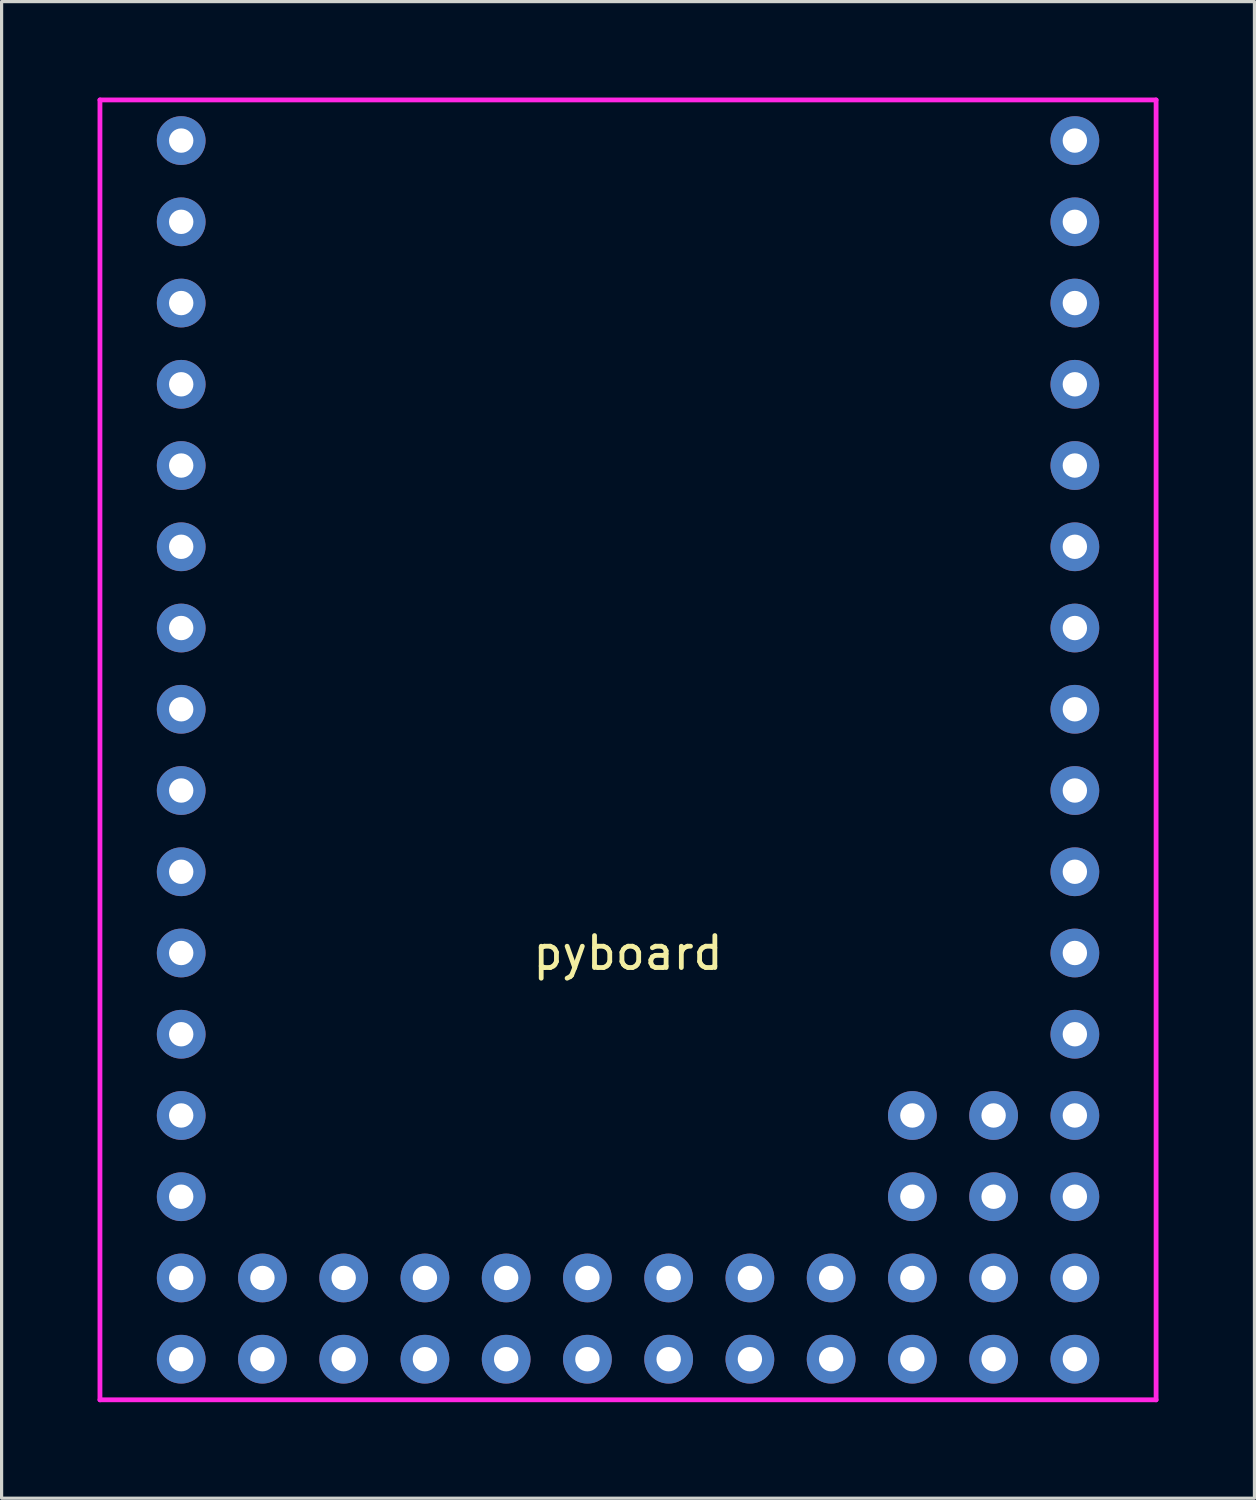
<source format=kicad_pcb>
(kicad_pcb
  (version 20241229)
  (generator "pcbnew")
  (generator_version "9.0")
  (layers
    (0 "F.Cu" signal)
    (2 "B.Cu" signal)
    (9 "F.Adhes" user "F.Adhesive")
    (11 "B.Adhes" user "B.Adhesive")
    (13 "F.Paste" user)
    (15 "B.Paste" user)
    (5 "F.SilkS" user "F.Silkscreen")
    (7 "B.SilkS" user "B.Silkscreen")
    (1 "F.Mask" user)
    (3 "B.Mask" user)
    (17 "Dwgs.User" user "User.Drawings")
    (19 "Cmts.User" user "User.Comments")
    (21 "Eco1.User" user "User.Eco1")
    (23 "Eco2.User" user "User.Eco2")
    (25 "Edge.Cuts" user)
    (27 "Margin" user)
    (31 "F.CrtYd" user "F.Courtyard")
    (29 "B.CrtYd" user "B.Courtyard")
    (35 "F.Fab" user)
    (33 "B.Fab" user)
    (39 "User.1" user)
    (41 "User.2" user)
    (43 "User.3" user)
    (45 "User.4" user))
  (footprint "pyboard"
    (layer "F.Cu")
    (at 16.585 20.395)
    (property "Reference" "pyboard" (at 0 6.35 0) (layer "F.SilkS") (effects (font (size 1 1) (thickness 0.15))))
    (attr through_hole)
    (fp_line (start -16.51 -20.32) (end 16.51 -20.32) (stroke (width 0.15) (type solid)) (layer "F.CrtYd"))
    (fp_line (start -16.51 20.32) (end -16.51 -20.32) (stroke (width 0.15) (type solid)) (layer "F.CrtYd"))
    (fp_line (start 16.51 -20.32) (end 16.51 20.32) (stroke (width 0.15) (type solid)) (layer "F.CrtYd"))
    (fp_line (start 16.51 20.32) (end -16.51 20.32) (stroke (width 0.15) (type solid)) (layer "F.CrtYd"))
    (pad "1" thru_hole circle (at -13.97 -19.05) (size 1.524 1.524) (drill 0.762) (layers "*.Cu" "*.Mask"))
    (pad "2" thru_hole circle (at -13.97 -16.51) (size 1.524 1.524) (drill 0.762) (layers "*.Cu" "*.Mask"))
    (pad "3" thru_hole circle (at -13.97 -13.97) (size 1.524 1.524) (drill 0.762) (layers "*.Cu" "*.Mask"))
    (pad "4" thru_hole circle (at -13.97 -11.43) (size 1.524 1.524) (drill 0.762) (layers "*.Cu" "*.Mask"))
    (pad "5" thru_hole circle (at -13.97 -8.89) (size 1.524 1.524) (drill 0.762) (layers "*.Cu" "*.Mask"))
    (pad "6" thru_hole circle (at -13.97 -6.35) (size 1.524 1.524) (drill 0.762) (layers "*.Cu" "*.Mask"))
    (pad "7" thru_hole circle (at -13.97 -3.81) (size 1.524 1.524) (drill 0.762) (layers "*.Cu" "*.Mask"))
    (pad "8" thru_hole circle (at -13.97 -1.27) (size 1.524 1.524) (drill 0.762) (layers "*.Cu" "*.Mask"))
    (pad "9" thru_hole circle (at -13.97 1.27) (size 1.524 1.524) (drill 0.762) (layers "*.Cu" "*.Mask"))
    (pad "10" thru_hole circle (at -13.97 3.81) (size 1.524 1.524) (drill 0.762) (layers "*.Cu" "*.Mask"))
    (pad "11" thru_hole circle (at -13.97 6.35) (size 1.524 1.524) (drill 0.762) (layers "*.Cu" "*.Mask"))
    (pad "12" thru_hole circle (at -13.97 8.89) (size 1.524 1.524) (drill 0.762) (layers "*.Cu" "*.Mask"))
    (pad "13" thru_hole circle (at -13.97 11.43) (size 1.524 1.524) (drill 0.762) (layers "*.Cu" "*.Mask"))
    (pad "14" thru_hole circle (at -13.97 13.97) (size 1.524 1.524) (drill 0.762) (layers "*.Cu" "*.Mask"))
    (pad "15" thru_hole circle (at -13.97 16.51) (size 1.524 1.524) (drill 0.762) (layers "*.Cu" "*.Mask"))
    (pad "16" thru_hole circle (at -13.97 19.05) (size 1.524 1.524) (drill 0.762) (layers "*.Cu" "*.Mask"))
    (pad "17" thru_hole circle (at -11.43 16.51) (size 1.524 1.524) (drill 0.762) (layers "*.Cu" "*.Mask"))
    (pad "18" thru_hole circle (at -8.89 16.51) (size 1.524 1.524) (drill 0.762) (layers "*.Cu" "*.Mask"))
    (pad "19" thru_hole circle (at -6.35 16.51) (size 1.524 1.524) (drill 0.762) (layers "*.Cu" "*.Mask"))
    (pad "20" thru_hole circle (at -3.81 16.51) (size 1.524 1.524) (drill 0.762) (layers "*.Cu" "*.Mask"))
    (pad "21" thru_hole circle (at -1.27 16.51) (size 1.524 1.524) (drill 0.762) (layers "*.Cu" "*.Mask"))
    (pad "22" thru_hole circle (at 1.27 16.51) (size 1.524 1.524) (drill 0.762) (layers "*.Cu" "*.Mask"))
    (pad "23" thru_hole circle (at 3.81 16.51) (size 1.524 1.524) (drill 0.762) (layers "*.Cu" "*.Mask"))
    (pad "24" thru_hole circle (at 6.35 16.51) (size 1.524 1.524) (drill 0.762) (layers "*.Cu" "*.Mask"))
    (pad "25" thru_hole circle (at -11.43 19.05) (size 1.524 1.524) (drill 0.762) (layers "*.Cu" "*.Mask"))
    (pad "26" thru_hole circle (at -8.89 19.05) (size 1.524 1.524) (drill 0.762) (layers "*.Cu" "*.Mask"))
    (pad "27" thru_hole circle (at -6.35 19.05) (size 1.524 1.524) (drill 0.762) (layers "*.Cu" "*.Mask"))
    (pad "28" thru_hole circle (at -3.81 19.05) (size 1.524 1.524) (drill 0.762) (layers "*.Cu" "*.Mask"))
    (pad "29" thru_hole circle (at -1.27 19.05) (size 1.524 1.524) (drill 0.762) (layers "*.Cu" "*.Mask"))
    (pad "30" thru_hole circle (at 1.27 19.05) (size 1.524 1.524) (drill 0.762) (layers "*.Cu" "*.Mask"))
    (pad "31" thru_hole circle (at 3.81 19.05) (size 1.524 1.524) (drill 0.762) (layers "*.Cu" "*.Mask"))
    (pad "32" thru_hole circle (at 6.35 19.05) (size 1.524 1.524) (drill 0.762) (layers "*.Cu" "*.Mask"))
    (pad "33" thru_hole circle (at 8.89 19.05) (size 1.524 1.524) (drill 0.762) (layers "*.Cu" "*.Mask"))
    (pad "34" thru_hole circle (at 8.89 16.51) (size 1.524 1.524) (drill 0.762) (layers "*.Cu" "*.Mask"))
    (pad "35" thru_hole circle (at 8.89 13.97) (size 1.524 1.524) (drill 0.762) (layers "*.Cu" "*.Mask"))
    (pad "36" thru_hole circle (at 8.89 11.43) (size 1.524 1.524) (drill 0.762) (layers "*.Cu" "*.Mask"))
    (pad "37" thru_hole circle (at 11.43 19.05) (size 1.524 1.524) (drill 0.762) (layers "*.Cu" "*.Mask"))
    (pad "38" thru_hole circle (at 11.43 16.51) (size 1.524 1.524) (drill 0.762) (layers "*.Cu" "*.Mask"))
    (pad "39" thru_hole circle (at 11.43 13.97) (size 1.524 1.524) (drill 0.762) (layers "*.Cu" "*.Mask"))
    (pad "40" thru_hole circle (at 11.43 11.43) (size 1.524 1.524) (drill 0.762) (layers "*.Cu" "*.Mask"))
    (pad "41" thru_hole circle (at 13.97 19.05) (size 1.524 1.524) (drill 0.762) (layers "*.Cu" "*.Mask"))
    (pad "42" thru_hole circle (at 13.97 16.51) (size 1.524 1.524) (drill 0.762) (layers "*.Cu" "*.Mask"))
    (pad "43" thru_hole circle (at 13.97 13.97) (size 1.524 1.524) (drill 0.762) (layers "*.Cu" "*.Mask"))
    (pad "44" thru_hole circle (at 13.97 11.43) (size 1.524 1.524) (drill 0.762) (layers "*.Cu" "*.Mask"))
    (pad "45" thru_hole circle (at 13.97 8.89) (size 1.524 1.524) (drill 0.762) (layers "*.Cu" "*.Mask"))
    (pad "46" thru_hole circle (at 13.97 6.35) (size 1.524 1.524) (drill 0.762) (layers "*.Cu" "*.Mask"))
    (pad "47" thru_hole circle (at 13.97 3.81) (size 1.524 1.524) (drill 0.762) (layers "*.Cu" "*.Mask"))
    (pad "48" thru_hole circle (at 13.97 1.27) (size 1.524 1.524) (drill 0.762) (layers "*.Cu" "*.Mask"))
    (pad "49" thru_hole circle (at 13.97 -1.27) (size 1.524 1.524) (drill 0.762) (layers "*.Cu" "*.Mask"))
    (pad "50" thru_hole circle (at 13.97 -3.81) (size 1.524 1.524) (drill 0.762) (layers "*.Cu" "*.Mask"))
    (pad "51" thru_hole circle (at 13.97 -6.35) (size 1.524 1.524) (drill 0.762) (layers "*.Cu" "*.Mask"))
    (pad "52" thru_hole circle (at 13.97 -8.89) (size 1.524 1.524) (drill 0.762) (layers "*.Cu" "*.Mask"))
    (pad "53" thru_hole circle (at 13.97 -11.43) (size 1.524 1.524) (drill 0.762) (layers "*.Cu" "*.Mask"))
    (pad "54" thru_hole circle (at 13.97 -13.97) (size 1.524 1.524) (drill 0.762) (layers "*.Cu" "*.Mask"))
    (pad "55" thru_hole circle (at 13.97 -16.51) (size 1.524 1.524) (drill 0.762) (layers "*.Cu" "*.Mask"))
    (pad "56" thru_hole circle (at 13.97 -19.05) (size 1.524 1.524) (drill 0.762) (layers "*.Cu" "*.Mask")))
  (gr_rect
    (start -3 -3)
    (end 36.17 43.79)
    (stroke (width 0.1) (type default))
    (fill no)
    (layer "Edge.Cuts")))
</source>
